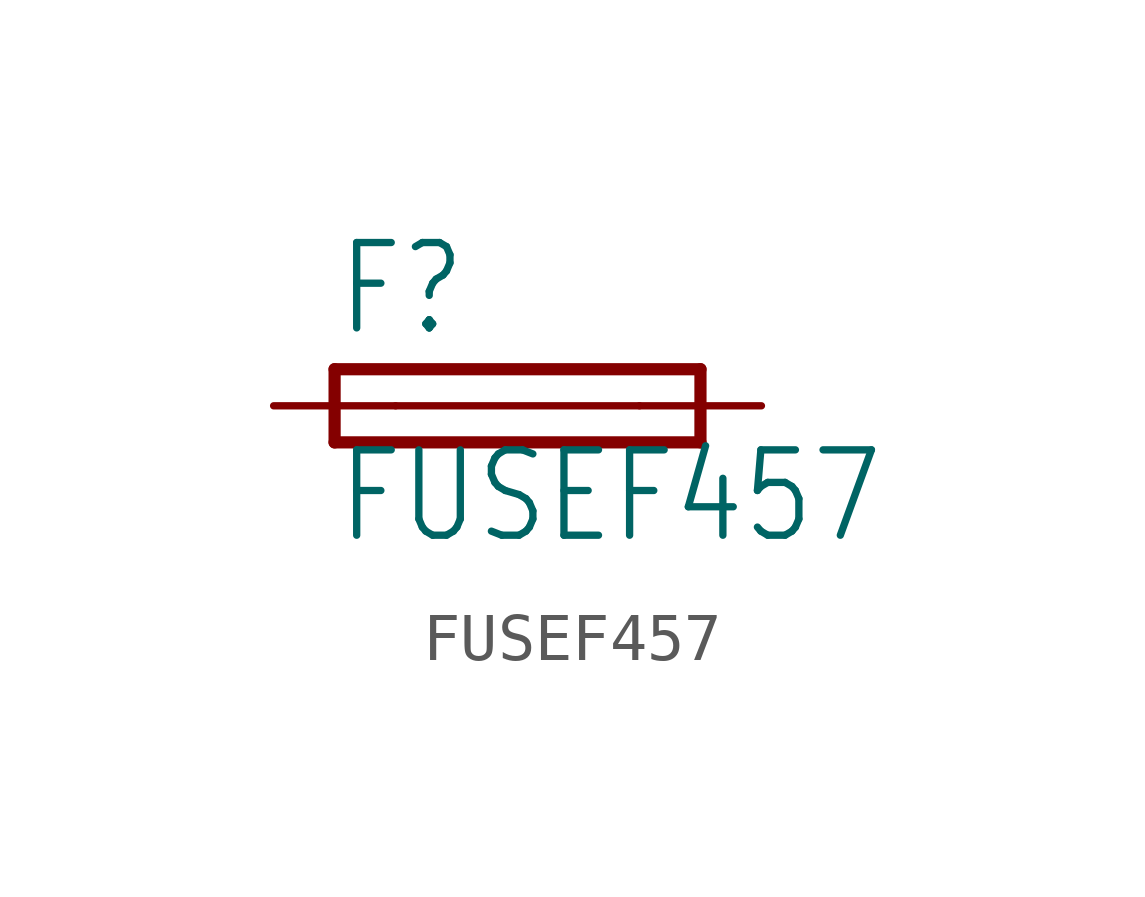
<source format=kicad_sym>
(kicad_symbol_lib
  (version 20200126)
  (host kicad_symbol_editor "5.99.0-unknown-aa7ce74~88~ubuntu18.04.1")
  (symbol "FUSEF457"
    (property "Reference" "F"
      (at -3.81 1.397 0)
      (effects (font (size 1.778 1.511)) (justify left bottom)))
    (property "Value" "FUSEF457"
      (at -3.81 -2.921 0)
      (effects (font (size 1.778 1.511)) (justify left bottom)))
    (property "ki_locked" ""
      (at 0 0 0)
      (effects (font (size 1.27 1.27))))
    (symbol "FUSEF457_1_0"
      (polyline (pts (xy -3.81 -0.762) (xy 3.81 -0.762)) (stroke (width 0.254)) (fill (type none)))
      (polyline (pts (xy 3.81 0.762) (xy -3.81 0.762)) (stroke (width 0.254)) (fill (type none)))
      (polyline (pts (xy 3.81 -0.762) (xy 3.81 0.762)) (stroke (width 0.254)) (fill (type none)))
      (polyline (pts (xy -3.81 0.762) (xy -3.81 -0.762)) (stroke (width 0.254)) (fill (type none)))
      (polyline (pts (xy -2.54 0) (xy 2.54 0)) (stroke (width 0.152)) (fill (type none)))
      (pin passive line (at 5.08 0 180) (length 2.54) (name "2" (effects (font (size 0 0)))) (number "2" (effects (font (size 0 0)))))
      (pin passive line (at -5.08 0 0) (length 2.54) (name "1" (effects (font (size 0 0)))) (number "1" (effects (font (size 0 0))))))))
</source>
